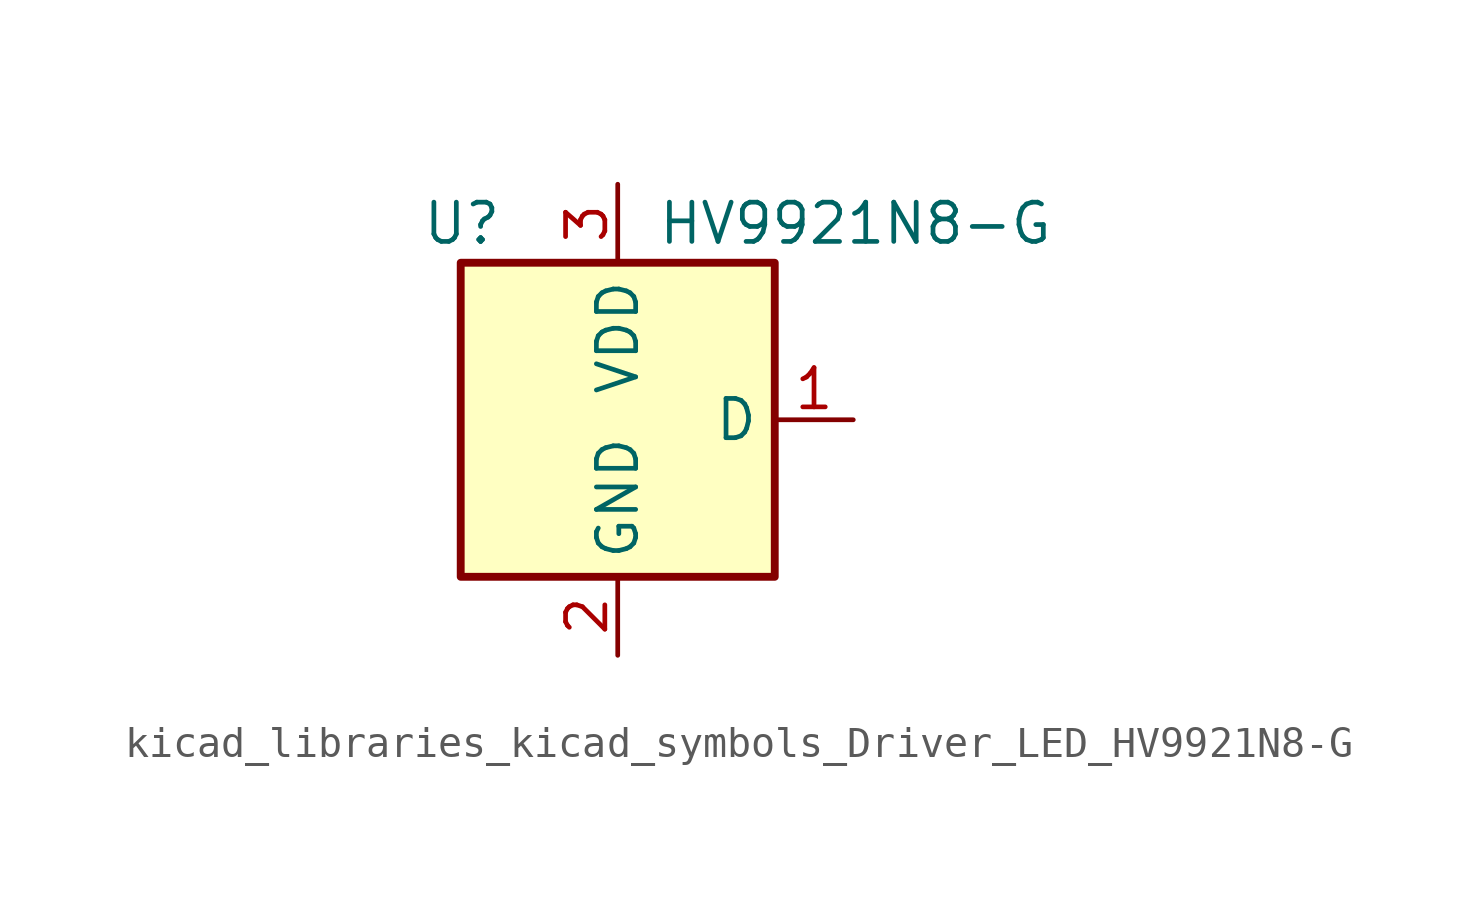
<source format=kicad_sym>
(kicad_symbol_lib
  (version 20220914)
  (generator kicad_symbol_editor)
  (symbol "kicad_libraries_kicad_symbols_Driver_LED_HV9921N8-G"
    (property "Reference" "U"
      (at -6.35 6.35 0)
      (effects (font (size 1.27 1.27)) (justify left)))
    (property "Value" "HV9921N8-G"
      (at 1.27 6.35 0)
      (effects (font (size 1.27 1.27)) (justify left)))
    (symbol "kicad_libraries_kicad_symbols_Driver_LED_HV9921N8-G_0_1"
      (rectangle (start -5.08 5.08) (end 5.08 -5.08) (stroke (width 0.254) (type default)) (fill (type background))))
    (symbol "kicad_libraries_kicad_symbols_Driver_LED_HV9921N8-G_1_1"
      (pin passive line (at 7.62 0 180) (length 2.54) (name "D" (effects (font (size 1.27 1.27)))) (number "1" (effects (font (size 1.27 1.27)))))
      (pin power_in line (at 0 -7.62 90) (length 2.54) (name "GND" (effects (font (size 1.27 1.27)))) (number "2" (effects (font (size 1.27 1.27)))))
      (pin output line (at 0 7.62 270) (length 2.54) (name "VDD" (effects (font (size 1.27 1.27)))) (number "3" (effects (font (size 1.27 1.27))))))))
</source>
